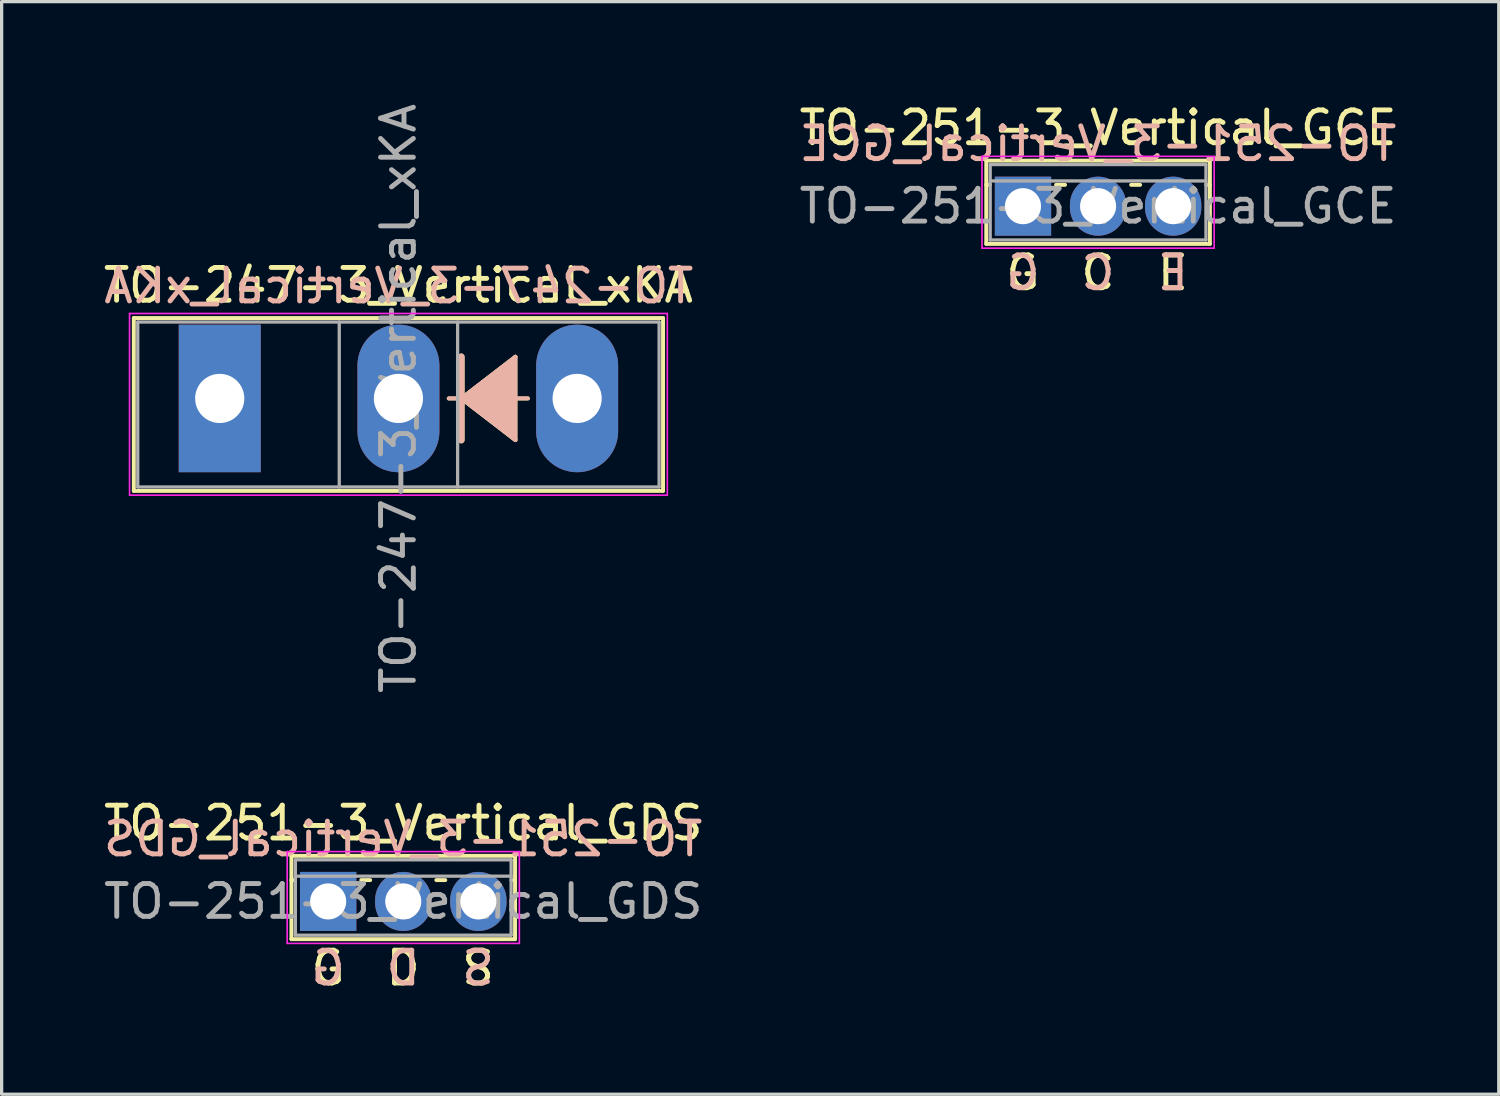
<source format=kicad_pcb>
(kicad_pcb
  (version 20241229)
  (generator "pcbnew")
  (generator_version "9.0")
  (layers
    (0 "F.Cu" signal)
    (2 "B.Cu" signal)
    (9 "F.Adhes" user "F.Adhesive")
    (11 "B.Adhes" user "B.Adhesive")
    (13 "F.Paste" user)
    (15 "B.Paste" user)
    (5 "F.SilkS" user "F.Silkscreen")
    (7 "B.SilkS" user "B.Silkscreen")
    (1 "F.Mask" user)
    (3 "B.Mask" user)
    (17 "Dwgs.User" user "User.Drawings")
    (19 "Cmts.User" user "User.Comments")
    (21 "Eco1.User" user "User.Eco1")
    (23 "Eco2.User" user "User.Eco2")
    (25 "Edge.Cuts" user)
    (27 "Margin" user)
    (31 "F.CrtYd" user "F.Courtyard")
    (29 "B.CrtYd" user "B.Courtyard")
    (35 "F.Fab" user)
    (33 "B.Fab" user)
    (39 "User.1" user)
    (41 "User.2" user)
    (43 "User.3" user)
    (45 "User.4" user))
  (footprint "TO-251-3_Vertical_GCE"
    (layer "F.Cu")
    (at 28.148 3.238)
    (property "Reference" "TO-251-3_Vertical_GCE" (at 2.29 -2.39 0) (layer "F.SilkS") (effects (font (size 1 1) (thickness 0.15))))
    (fp_line (start -1.12 -1.39) (end -1.12 1.15) (stroke (width 0.12) (type solid)) (layer "F.SilkS"))
    (fp_line (start -1.12 -1.39) (end 5.7 -1.39) (stroke (width 0.12) (type solid)) (layer "F.SilkS"))
    (fp_line (start -1.12 -0.651) (end -1.009 -0.651) (stroke (width 0.12) (type solid)) (layer "F.SilkS"))
    (fp_line (start -1.12 1.15) (end 5.7 1.15) (stroke (width 0.12) (type solid)) (layer "F.SilkS"))
    (fp_line (start 1.009 -0.651) (end 1.282 -0.651) (stroke (width 0.12) (type solid)) (layer "F.SilkS"))
    (fp_line (start 3.299 -0.651) (end 3.572 -0.651) (stroke (width 0.12) (type solid)) (layer "F.SilkS"))
    (fp_line (start 5.589 -0.651) (end 5.7 -0.651) (stroke (width 0.12) (type solid)) (layer "F.SilkS"))
    (fp_line (start 5.7 -1.39) (end 5.7 1.15) (stroke (width 0.12) (type solid)) (layer "F.SilkS"))
    (fp_line (start -1.25 -1.52) (end -1.25 1.28) (stroke (width 0.05) (type solid)) (layer "F.CrtYd"))
    (fp_line (start -1.25 1.28) (end 5.83 1.28) (stroke (width 0.05) (type solid)) (layer "F.CrtYd"))
    (fp_line (start 5.83 -1.52) (end -1.25 -1.52) (stroke (width 0.05) (type solid)) (layer "F.CrtYd"))
    (fp_line (start 5.83 1.28) (end 5.83 -1.52) (stroke (width 0.05) (type solid)) (layer "F.CrtYd"))
    (fp_line (start -1 -1.27) (end -1 1.03) (stroke (width 0.1) (type solid)) (layer "F.Fab"))
    (fp_line (start -1 -0.77) (end 5.58 -0.77) (stroke (width 0.1) (type solid)) (layer "F.Fab"))
    (fp_line (start -1 1.03) (end 5.58 1.03) (stroke (width 0.1) (type solid)) (layer "F.Fab"))
    (fp_line (start 5.58 -1.27) (end -1 -1.27) (stroke (width 0.1) (type solid)) (layer "F.Fab"))
    (fp_line (start 5.58 1.03) (end 5.58 -1.27) (stroke (width 0.1) (type solid)) (layer "F.Fab"))
    (fp_text user "E" (at 4.572 2.032 0) (unlocked yes) (layer "F.SilkS") (effects (font (size 1 1) (thickness 0.15))))
    (fp_text user "G" (at 0 2.032 0) (unlocked yes) (layer "F.SilkS") (effects (font (size 1 1) (thickness 0.15))))
    (fp_text user "C" (at 2.286 2.032 0) (unlocked yes) (layer "F.SilkS") (effects (font (size 1 1) (thickness 0.15))))
    (fp_text user "C" (at 2.286 2.032 0) (unlocked yes) (layer "B.SilkS") (effects (font (size 1 1) (thickness 0.15)) (justify mirror)))
    (fp_text user "${REFERENCE}" (at 2.286 -1.905 0) (layer "B.SilkS") (effects (font (size 1 1) (thickness 0.15)) (justify mirror)))
    (fp_text user "G" (at 0 2.032 0) (unlocked yes) (layer "B.SilkS") (effects (font (size 1 1) (thickness 0.15)) (justify mirror)))
    (fp_text user "E" (at 4.572 2.032 0) (unlocked yes) (layer "B.SilkS") (effects (font (size 1 1) (thickness 0.15)) (justify mirror)))
    (fp_text user "${REFERENCE}" (at 2.29 0 0) (layer "F.Fab") (effects (font (size 1 1) (thickness 0.15))))
    (pad "1" thru_hole rect (at 0 0) (size 1.718 1.8) (drill 1.1) (layers "*.Cu" "*.Mask"))
    (pad "2" thru_hole oval (at 2.29 0) (size 1.718 1.8) (drill 1.1) (layers "*.Cu" "*.Mask"))
    (pad "3" thru_hole oval (at 4.58 0) (size 1.718 1.8) (drill 1.1) (layers "*.Cu" "*.Mask")))
  (footprint "TO-251-3_Vertical_GDS"
    (layer "F.Cu")
    (at 6.958 24.441)
    (property "Reference" "TO-251-3_Vertical_GDS" (at 2.29 -2.39 0) (layer "F.SilkS") (effects (font (size 1 1) (thickness 0.15))))
    (fp_line (start -1.12 -1.39) (end -1.12 1.15) (stroke (width 0.12) (type solid)) (layer "F.SilkS"))
    (fp_line (start -1.12 -1.39) (end 5.7 -1.39) (stroke (width 0.12) (type solid)) (layer "F.SilkS"))
    (fp_line (start -1.12 -0.651) (end -1.009 -0.651) (stroke (width 0.12) (type solid)) (layer "F.SilkS"))
    (fp_line (start -1.12 1.15) (end 5.7 1.15) (stroke (width 0.12) (type solid)) (layer "F.SilkS"))
    (fp_line (start 1.009 -0.651) (end 1.282 -0.651) (stroke (width 0.12) (type solid)) (layer "F.SilkS"))
    (fp_line (start 3.299 -0.651) (end 3.572 -0.651) (stroke (width 0.12) (type solid)) (layer "F.SilkS"))
    (fp_line (start 5.589 -0.651) (end 5.7 -0.651) (stroke (width 0.12) (type solid)) (layer "F.SilkS"))
    (fp_line (start 5.7 -1.39) (end 5.7 1.15) (stroke (width 0.12) (type solid)) (layer "F.SilkS"))
    (fp_line (start -1.25 -1.52) (end -1.25 1.28) (stroke (width 0.05) (type solid)) (layer "F.CrtYd"))
    (fp_line (start -1.25 1.28) (end 5.83 1.28) (stroke (width 0.05) (type solid)) (layer "F.CrtYd"))
    (fp_line (start 5.83 -1.52) (end -1.25 -1.52) (stroke (width 0.05) (type solid)) (layer "F.CrtYd"))
    (fp_line (start 5.83 1.28) (end 5.83 -1.52) (stroke (width 0.05) (type solid)) (layer "F.CrtYd"))
    (fp_line (start -1 -1.27) (end -1 1.03) (stroke (width 0.1) (type solid)) (layer "F.Fab"))
    (fp_line (start -1 -0.77) (end 5.58 -0.77) (stroke (width 0.1) (type solid)) (layer "F.Fab"))
    (fp_line (start -1 1.03) (end 5.58 1.03) (stroke (width 0.1) (type solid)) (layer "F.Fab"))
    (fp_line (start 5.58 -1.27) (end -1 -1.27) (stroke (width 0.1) (type solid)) (layer "F.Fab"))
    (fp_line (start 5.58 1.03) (end 5.58 -1.27) (stroke (width 0.1) (type solid)) (layer "F.Fab"))
    (fp_text user "S" (at 4.572 2.032 0) (layer "F.SilkS") (effects (font (size 1 1) (thickness 0.15))))
    (fp_text user "G" (at 0 2.032 0) (layer "F.SilkS") (effects (font (size 1 1) (thickness 0.15))))
    (fp_text user "D" (at 2.286 2.032 0) (layer "F.SilkS") (effects (font (size 1 1) (thickness 0.15))))
    (fp_text user "${REFERENCE}" (at 2.286 -1.905 0) (layer "B.SilkS") (effects (font (size 1 1) (thickness 0.15)) (justify mirror)))
    (fp_text user "G" (at 0 2.032 0) (layer "B.SilkS") (effects (font (size 1 1) (thickness 0.15)) (justify mirror)))
    (fp_text user "D" (at 2.286 2.032 0) (layer "B.SilkS") (effects (font (size 1 1) (thickness 0.15)) (justify mirror)))
    (fp_text user "S" (at 4.572 2.032 0) (layer "B.SilkS") (effects (font (size 1 1) (thickness 0.15)) (justify mirror)))
    (fp_text user "${REFERENCE}" (at 2.29 0 0) (layer "F.Fab") (effects (font (size 1 1) (thickness 0.15))))
    (pad "1" thru_hole rect (at 0 0) (size 1.718 1.8) (drill 1.1) (layers "*.Cu" "*.Mask"))
    (pad "2" thru_hole oval (at 2.29 0) (size 1.718 1.8) (drill 1.1) (layers "*.Cu" "*.Mask"))
    (pad "3" thru_hole oval (at 4.58 0) (size 1.718 1.8) (drill 1.1) (layers "*.Cu" "*.Mask")))
  (footprint "TO-247-3_Vertical_xKA"
    (layer "F.Cu")
    (at 3.651 9.101)
    (property "Reference" "TO-247-3_Vertical_xKA" (at 5.45 -3.45 0) (layer "F.SilkS") (effects (font (size 1 1) (thickness 0.15))))
    (attr through_hole)
    (fp_line (start -2.62 -2.451) (end -2.62 2.82) (stroke (width 0.12) (type solid)) (layer "F.SilkS"))
    (fp_line (start -2.62 -2.451) (end 13.52 -2.451) (stroke (width 0.12) (type solid)) (layer "F.SilkS"))
    (fp_line (start -2.62 2.82) (end 13.52 2.82) (stroke (width 0.12) (type solid)) (layer "F.SilkS"))
    (fp_line (start 6.985 0) (end 7.366 0) (stroke (width 0.12) (type solid)) (layer "F.SilkS"))
    (fp_line (start 7.366 -1.27) (end 7.366 0) (stroke (width 0.2) (type solid)) (layer "F.SilkS"))
    (fp_line (start 7.366 0) (end 7.366 1.27) (stroke (width 0.2) (type solid)) (layer "F.SilkS"))
    (fp_line (start 7.366 0) (end 9.017 1.27) (stroke (width 0.12) (type solid)) (layer "F.SilkS"))
    (fp_line (start 9.017 -1.27) (end 7.366 0) (stroke (width 0.12) (type solid)) (layer "F.SilkS"))
    (fp_line (start 9.017 1.27) (end 9.017 -1.27) (stroke (width 0.12) (type solid)) (layer "F.SilkS"))
    (fp_line (start 9.398 0) (end 9.017 0) (stroke (width 0.12) (type solid)) (layer "F.SilkS"))
    (fp_line (start 13.52 -2.451) (end 13.52 2.82) (stroke (width 0.12) (type solid)) (layer "F.SilkS"))
    (fp_poly (pts (xy 9.017 1.27) (xy 7.366 0) (xy 9.017 -1.27)) (stroke (width 0.1) (type solid)) (fill yes) (layer "F.SilkS"))
    (fp_line (start 6.985 0) (end 7.366 0) (stroke (width 0.12) (type solid)) (layer "B.SilkS"))
    (fp_line (start 7.366 0) (end 7.366 -1.27) (stroke (width 0.2) (type solid)) (layer "B.SilkS"))
    (fp_line (start 7.366 0) (end 9.017 -1.27) (stroke (width 0.12) (type solid)) (layer "B.SilkS"))
    (fp_line (start 7.366 1.27) (end 7.366 0) (stroke (width 0.2) (type solid)) (layer "B.SilkS"))
    (fp_line (start 9.017 -1.27) (end 9.017 1.27) (stroke (width 0.12) (type solid)) (layer "B.SilkS"))
    (fp_line (start 9.017 1.27) (end 7.366 0) (stroke (width 0.12) (type solid)) (layer "B.SilkS"))
    (fp_line (start 9.398 0) (end 9.017 0) (stroke (width 0.12) (type solid)) (layer "B.SilkS"))
    (fp_poly (pts (xy 9.017 -1.27) (xy 7.366 0) (xy 9.017 1.27)) (stroke (width 0.1) (type solid)) (fill yes) (layer "B.SilkS"))
    (fp_line (start -2.75 -2.59) (end -2.75 2.95) (stroke (width 0.05) (type solid)) (layer "F.CrtYd"))
    (fp_line (start -2.75 2.95) (end 13.65 2.95) (stroke (width 0.05) (type solid)) (layer "F.CrtYd"))
    (fp_line (start 13.65 -2.59) (end -2.75 -2.59) (stroke (width 0.05) (type solid)) (layer "F.CrtYd"))
    (fp_line (start 13.65 2.95) (end 13.65 -2.59) (stroke (width 0.05) (type solid)) (layer "F.CrtYd"))
    (fp_line (start -2.5 -2.33) (end -2.5 2.7) (stroke (width 0.1) (type solid)) (layer "F.Fab"))
    (fp_line (start -2.5 2.7) (end 13.4 2.7) (stroke (width 0.1) (type solid)) (layer "F.Fab"))
    (fp_line (start 3.645 -2.33) (end 3.645 2.7) (stroke (width 0.1) (type solid)) (layer "F.Fab"))
    (fp_line (start 7.255 -2.33) (end 7.255 2.7) (stroke (width 0.1) (type solid)) (layer "F.Fab"))
    (fp_line (start 13.4 -2.33) (end -2.5 -2.33) (stroke (width 0.1) (type solid)) (layer "F.Fab"))
    (fp_line (start 13.4 2.7) (end 13.4 -2.33) (stroke (width 0.1) (type solid)) (layer "F.Fab"))
    (fp_text user "${REFERENCE}" (at 5.461 -3.429 0) (layer "B.SilkS") (effects (font (size 1 1) (thickness 0.15)) (justify mirror)))
    (fp_text user "${REFERENCE}" (at 5.45 0 90) (layer "F.Fab") (effects (font (size 1 1) (thickness 0.15))))
    (pad "1" thru_hole rect (at 0 0) (size 2.5 4.5) (drill 1.5) (layers "*.Cu" "*.Mask"))
    (pad "2" thru_hole oval (at 5.45 0) (size 2.5 4.5) (drill 1.5) (layers "*.Cu" "*.Mask"))
    (pad "3" thru_hole oval (at 10.9 0) (size 2.5 4.5) (drill 1.5) (layers "*.Cu" "*.Mask")))
  (gr_rect
    (start -3 -3)
    (end 42.658 30.321)
    (stroke (width 0.1) (type default))
    (fill no)
    (layer "Edge.Cuts")))
</source>
